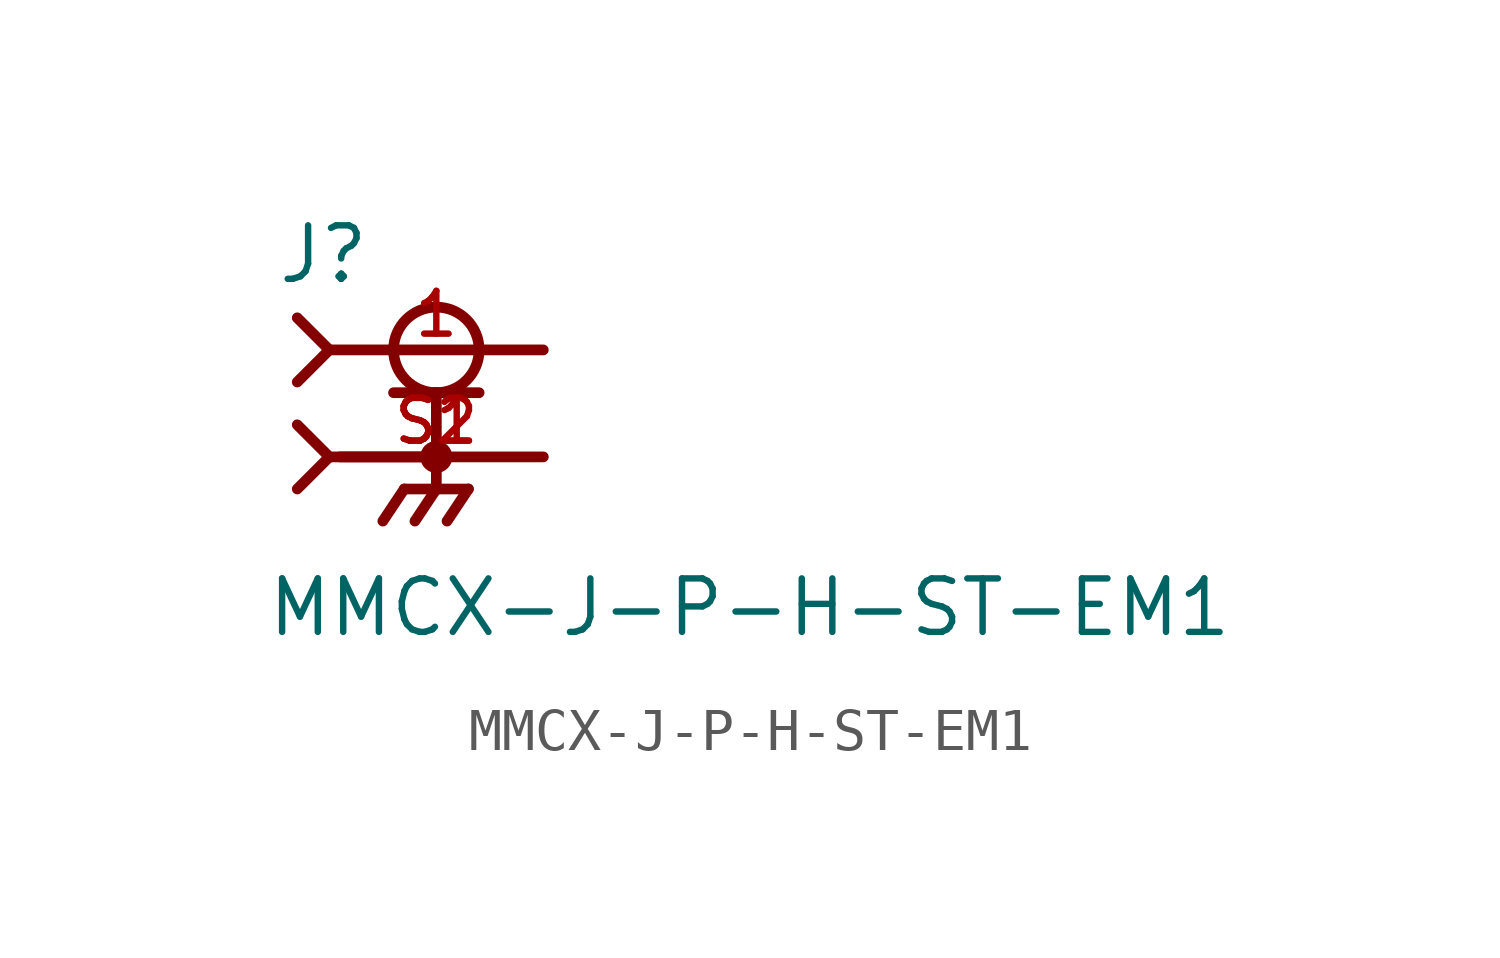
<source format=kicad_sym>
(kicad_symbol_lib
  (version 20211014)
  (generator kicad_symbol_editor)
  (symbol "MMCX-J-P-H-ST-EM1"
    (pin_names
      (offset 1.016))
    (property "Reference" "J"
      (at -3.81 4.064 0)
      (effects (font (size 1.27 1.27)) (justify bottom left)))
    (property "Value" "MMCX-J-P-H-ST-EM1"
      (at -4.064 -4.318 0)
      (effects (font (size 1.27 1.27)) (justify bottom left)))
    (symbol "MMCX-J-P-H-ST-EM1_0_0"
      (circle (center 0.0 2.54) (radius 1.016) (stroke (width 0.254)) (fill (type none)))
      (polyline (pts (xy -1.016 1.524) (xy 0.0 1.524)) (stroke (width 0.254)))
      (polyline (pts (xy 0.0 1.524) (xy 1.016 1.524)) (stroke (width 0.254)))
      (polyline (pts (xy 0.0 0.0) (xy -2.286 0.0)) (stroke (width 0.254)))
      (polyline (pts (xy -3.302 3.302) (xy -2.54 2.54)) (stroke (width 0.254)))
      (polyline (pts (xy -3.302 1.778) (xy -2.54 2.54)) (stroke (width 0.254)))
      (polyline (pts (xy 0.0 1.524) (xy 0.0 0.0)) (stroke (width 0.254)))
      (circle (center 0.0 0.0) (radius 0.254) (stroke (width 0.254)) (fill (type none)))
      (polyline (pts (xy -2.54 2.54) (xy 2.54 2.54)) (stroke (width 0.254)))
      (polyline (pts (xy 2.54 0.0) (xy 0.0 0.0)) (stroke (width 0.254)))
      (polyline (pts (xy 0.0 0.0) (xy 0.0 -0.762)) (stroke (width 0.254)))
      (polyline (pts (xy 0.762 -0.762) (xy -0.762 -0.762)) (stroke (width 0.254)))
      (polyline (pts (xy -0.762 -0.762) (xy -1.27 -1.524)) (stroke (width 0.254)))
      (polyline (pts (xy 0.0 -0.762) (xy -0.508 -1.524)) (stroke (width 0.254)))
      (polyline (pts (xy 0.762 -0.762) (xy 0.254 -1.524)) (stroke (width 0.254)))
      (polyline (pts (xy -3.302 0.762) (xy -2.54 0.0)) (stroke (width 0.254)))
      (polyline (pts (xy -3.302 -0.762) (xy -2.54 0.0)) (stroke (width 0.254)))
      (polyline (pts (xy -2.54 0.0) (xy 0.0 0.0)) (stroke (width 0.254)))
      (pin passive line (at 2.54 2.54 180.0) (length 5.08) (name "~" (effects (font (size 1.016 1.016)))) (number "1" (effects (font (size 1.016 1.016)))))
      (pin passive line (at 2.54 0.0 180.0) (length 5.08) (name "~" (effects (font (size 1.016 1.016)))) (number "S1" (effects (font (size 1.016 1.016)))))
      (pin passive line (at 2.54 0.0 180.0) (length 5.08) (name "~" (effects (font (size 1.016 1.016)))) (number "S2" (effects (font (size 1.016 1.016))))))))
</source>
